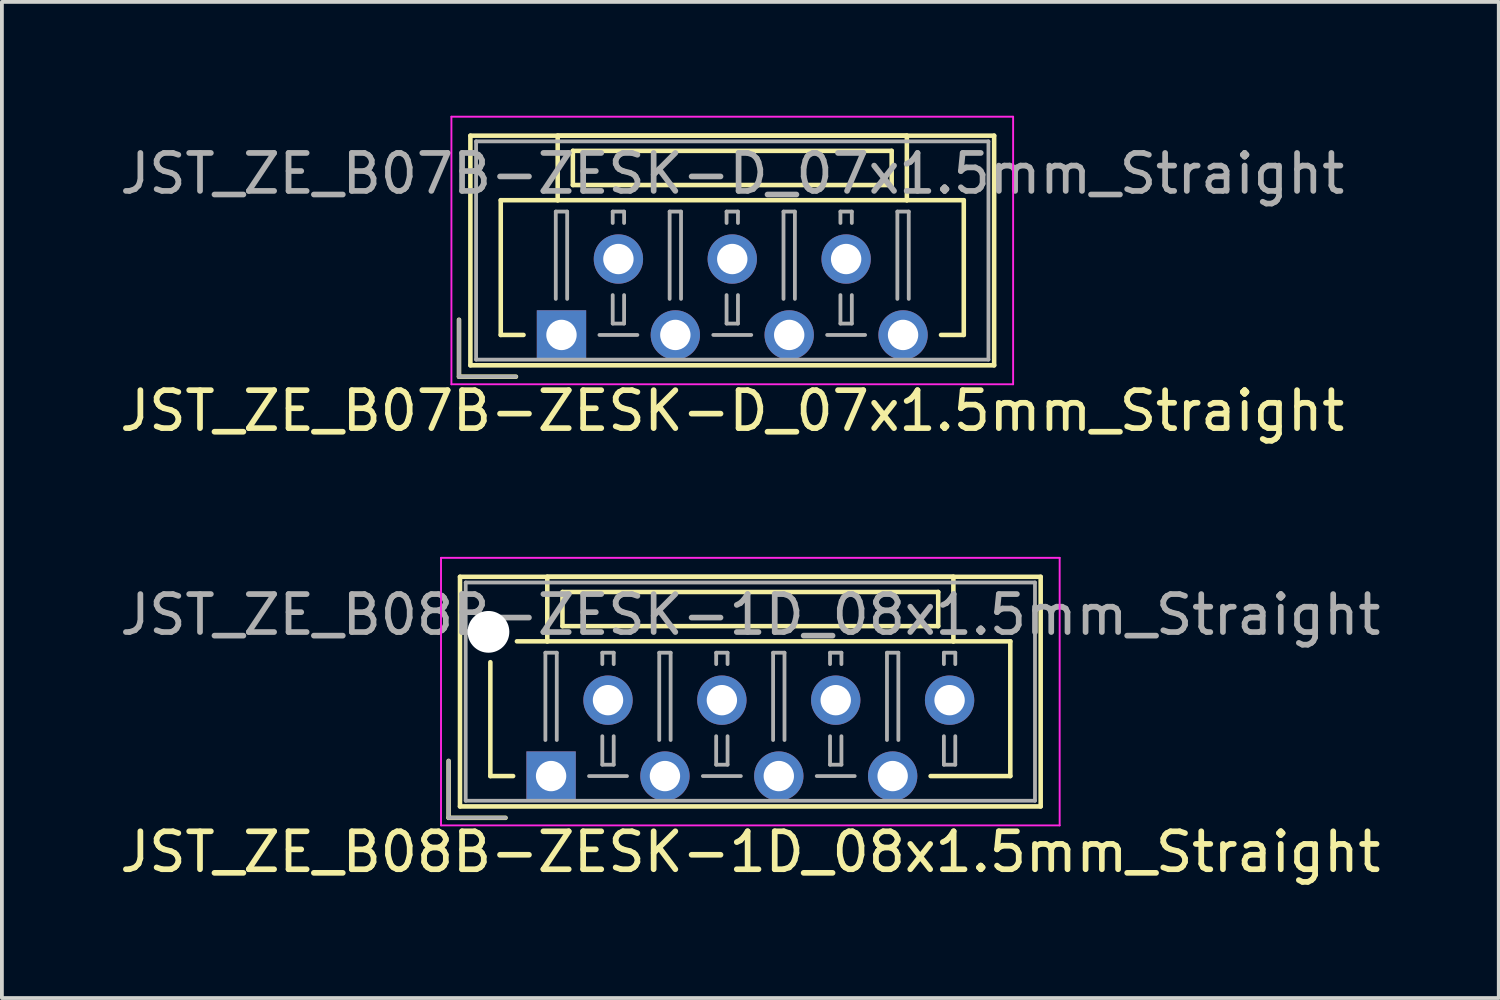
<source format=kicad_pcb>
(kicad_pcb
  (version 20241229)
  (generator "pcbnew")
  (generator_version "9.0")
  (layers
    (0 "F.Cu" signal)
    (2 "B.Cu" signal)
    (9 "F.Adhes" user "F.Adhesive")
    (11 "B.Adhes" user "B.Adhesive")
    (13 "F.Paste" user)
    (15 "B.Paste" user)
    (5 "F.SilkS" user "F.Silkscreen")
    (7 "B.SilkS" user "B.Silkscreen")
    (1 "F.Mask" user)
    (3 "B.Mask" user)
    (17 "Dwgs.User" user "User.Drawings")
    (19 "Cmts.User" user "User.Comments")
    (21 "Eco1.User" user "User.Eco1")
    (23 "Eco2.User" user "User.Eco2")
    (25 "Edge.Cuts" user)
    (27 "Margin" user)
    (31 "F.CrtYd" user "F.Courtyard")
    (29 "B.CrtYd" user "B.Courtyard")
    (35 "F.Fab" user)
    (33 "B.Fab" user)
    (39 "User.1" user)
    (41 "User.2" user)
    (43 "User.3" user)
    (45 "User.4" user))
  (footprint "JST_ZE_B08B-ZESK-1D_08x1.5mm_Straight"
    (layer "F.Cu")
    (at 11.47 17.398)
    (property "Reference" "JST_ZE_B08B-ZESK-1D_08x1.5mm_Straight" (at 5.25 2 0) (layer "F.SilkS") (effects (font (size 1 1) (thickness 0.15))))
    (attr through_hole)
    (fp_line (start -2.7 -0.4) (end -2.7 1.1) (stroke (width 0.12) (type solid)) (layer "F.SilkS"))
    (fp_line (start -2.7 1.1) (end -1.2 1.1) (stroke (width 0.12) (type solid)) (layer "F.SilkS"))
    (fp_line (start -2.4 -5.25) (end -2.4 0.8) (stroke (width 0.12) (type solid)) (layer "F.SilkS"))
    (fp_line (start -2.4 0.8) (end 12.9 0.8) (stroke (width 0.12) (type solid)) (layer "F.SilkS"))
    (fp_line (start -1.6 -3) (end -1.6 0) (stroke (width 0.12) (type solid)) (layer "F.SilkS"))
    (fp_line (start -1.6 0) (end -1 0) (stroke (width 0.12) (type solid)) (layer "F.SilkS"))
    (fp_line (start -0.1 -5.25) (end -0.1 -3.55) (stroke (width 0.12) (type solid)) (layer "F.SilkS"))
    (fp_line (start -0.1 -3.55) (end -0.9 -3.55) (stroke (width 0.12) (type solid)) (layer "F.SilkS"))
    (fp_line (start -0.1 -3.55) (end 10.6 -3.55) (stroke (width 0.12) (type solid)) (layer "F.SilkS"))
    (fp_line (start 0.3 -4.85) (end 0.3 -3.95) (stroke (width 0.12) (type solid)) (layer "F.SilkS"))
    (fp_line (start 0.3 -3.95) (end 10.2 -3.95) (stroke (width 0.12) (type solid)) (layer "F.SilkS"))
    (fp_line (start 10.2 -4.85) (end 0.3 -4.85) (stroke (width 0.12) (type solid)) (layer "F.SilkS"))
    (fp_line (start 10.2 -3.95) (end 10.2 -4.85) (stroke (width 0.12) (type solid)) (layer "F.SilkS"))
    (fp_line (start 10.6 -5.25) (end -0.1 -5.25) (stroke (width 0.12) (type solid)) (layer "F.SilkS"))
    (fp_line (start 10.6 -3.55) (end 10.6 -5.25) (stroke (width 0.12) (type solid)) (layer "F.SilkS"))
    (fp_line (start 10.6 -3.55) (end 12.1 -3.55) (stroke (width 0.12) (type solid)) (layer "F.SilkS"))
    (fp_line (start 12.1 -3.55) (end 12.1 0) (stroke (width 0.12) (type solid)) (layer "F.SilkS"))
    (fp_line (start 12.1 0) (end 10 0) (stroke (width 0.12) (type solid)) (layer "F.SilkS"))
    (fp_line (start 12.9 -5.25) (end -2.4 -5.25) (stroke (width 0.12) (type solid)) (layer "F.SilkS"))
    (fp_line (start 12.9 0.8) (end 12.9 -5.25) (stroke (width 0.12) (type solid)) (layer "F.SilkS"))
    (fp_line (start -2.9 -5.75) (end -2.9 1.3) (stroke (width 0.05) (type solid)) (layer "F.CrtYd"))
    (fp_line (start -2.9 1.3) (end 13.4 1.3) (stroke (width 0.05) (type solid)) (layer "F.CrtYd"))
    (fp_line (start 13.4 -5.75) (end -2.9 -5.75) (stroke (width 0.05) (type solid)) (layer "F.CrtYd"))
    (fp_line (start 13.4 1.3) (end 13.4 -5.75) (stroke (width 0.05) (type solid)) (layer "F.CrtYd"))
    (fp_line (start -2.7 -0.4) (end -2.7 1.1) (stroke (width 0.1) (type solid)) (layer "F.Fab"))
    (fp_line (start -2.7 1.1) (end -1.2 1.1) (stroke (width 0.1) (type solid)) (layer "F.Fab"))
    (fp_line (start -2.25 -5.1) (end -2.25 0.65) (stroke (width 0.1) (type solid)) (layer "F.Fab"))
    (fp_line (start -2.25 0.65) (end 12.75 0.65) (stroke (width 0.1) (type solid)) (layer "F.Fab"))
    (fp_line (start -0.15 -3.25) (end 0.15 -3.25) (stroke (width 0.1) (type solid)) (layer "F.Fab"))
    (fp_line (start -0.15 -0.95) (end -0.15 -3.25) (stroke (width 0.1) (type solid)) (layer "F.Fab"))
    (fp_line (start 0.15 -3.25) (end 0.15 -0.95) (stroke (width 0.1) (type solid)) (layer "F.Fab"))
    (fp_line (start 1 0) (end 2 0) (stroke (width 0.1) (type solid)) (layer "F.Fab"))
    (fp_line (start 1.35 -3.25) (end 1.65 -3.25) (stroke (width 0.1) (type solid)) (layer "F.Fab"))
    (fp_line (start 1.35 -2.95) (end 1.35 -3.25) (stroke (width 0.1) (type solid)) (layer "F.Fab"))
    (fp_line (start 1.35 -1.05) (end 1.35 -0.3) (stroke (width 0.1) (type solid)) (layer "F.Fab"))
    (fp_line (start 1.35 -0.3) (end 1.65 -0.3) (stroke (width 0.1) (type solid)) (layer "F.Fab"))
    (fp_line (start 1.65 -3.25) (end 1.65 -2.95) (stroke (width 0.1) (type solid)) (layer "F.Fab"))
    (fp_line (start 1.65 -0.3) (end 1.65 -1.05) (stroke (width 0.1) (type solid)) (layer "F.Fab"))
    (fp_line (start 2.85 -3.25) (end 3.15 -3.25) (stroke (width 0.1) (type solid)) (layer "F.Fab"))
    (fp_line (start 2.85 -0.95) (end 2.85 -3.25) (stroke (width 0.1) (type solid)) (layer "F.Fab"))
    (fp_line (start 3.15 -3.25) (end 3.15 -0.95) (stroke (width 0.1) (type solid)) (layer "F.Fab"))
    (fp_line (start 4 0) (end 5 0) (stroke (width 0.1) (type solid)) (layer "F.Fab"))
    (fp_line (start 4.35 -3.25) (end 4.65 -3.25) (stroke (width 0.1) (type solid)) (layer "F.Fab"))
    (fp_line (start 4.35 -2.95) (end 4.35 -3.25) (stroke (width 0.1) (type solid)) (layer "F.Fab"))
    (fp_line (start 4.35 -1.05) (end 4.35 -0.3) (stroke (width 0.1) (type solid)) (layer "F.Fab"))
    (fp_line (start 4.35 -0.3) (end 4.65 -0.3) (stroke (width 0.1) (type solid)) (layer "F.Fab"))
    (fp_line (start 4.65 -3.25) (end 4.65 -2.95) (stroke (width 0.1) (type solid)) (layer "F.Fab"))
    (fp_line (start 4.65 -0.3) (end 4.65 -1.05) (stroke (width 0.1) (type solid)) (layer "F.Fab"))
    (fp_line (start 5.85 -3.25) (end 6.15 -3.25) (stroke (width 0.1) (type solid)) (layer "F.Fab"))
    (fp_line (start 5.85 -0.95) (end 5.85 -3.25) (stroke (width 0.1) (type solid)) (layer "F.Fab"))
    (fp_line (start 6.15 -3.25) (end 6.15 -0.95) (stroke (width 0.1) (type solid)) (layer "F.Fab"))
    (fp_line (start 7 0) (end 8 0) (stroke (width 0.1) (type solid)) (layer "F.Fab"))
    (fp_line (start 7.35 -3.25) (end 7.65 -3.25) (stroke (width 0.1) (type solid)) (layer "F.Fab"))
    (fp_line (start 7.35 -2.95) (end 7.35 -3.25) (stroke (width 0.1) (type solid)) (layer "F.Fab"))
    (fp_line (start 7.35 -1.05) (end 7.35 -0.3) (stroke (width 0.1) (type solid)) (layer "F.Fab"))
    (fp_line (start 7.35 -0.3) (end 7.65 -0.3) (stroke (width 0.1) (type solid)) (layer "F.Fab"))
    (fp_line (start 7.65 -3.25) (end 7.65 -2.95) (stroke (width 0.1) (type solid)) (layer "F.Fab"))
    (fp_line (start 7.65 -0.3) (end 7.65 -1.05) (stroke (width 0.1) (type solid)) (layer "F.Fab"))
    (fp_line (start 8.85 -3.25) (end 9.15 -3.25) (stroke (width 0.1) (type solid)) (layer "F.Fab"))
    (fp_line (start 8.85 -0.95) (end 8.85 -3.25) (stroke (width 0.1) (type solid)) (layer "F.Fab"))
    (fp_line (start 9.15 -3.25) (end 9.15 -0.95) (stroke (width 0.1) (type solid)) (layer "F.Fab"))
    (fp_line (start 10.35 -3.25) (end 10.65 -3.25) (stroke (width 0.1) (type solid)) (layer "F.Fab"))
    (fp_line (start 10.35 -2.95) (end 10.35 -3.25) (stroke (width 0.1) (type solid)) (layer "F.Fab"))
    (fp_line (start 10.35 -1.05) (end 10.35 -0.3) (stroke (width 0.1) (type solid)) (layer "F.Fab"))
    (fp_line (start 10.35 -0.3) (end 10.65 -0.3) (stroke (width 0.1) (type solid)) (layer "F.Fab"))
    (fp_line (start 10.65 -3.25) (end 10.65 -2.95) (stroke (width 0.1) (type solid)) (layer "F.Fab"))
    (fp_line (start 10.65 -0.3) (end 10.65 -1.05) (stroke (width 0.1) (type solid)) (layer "F.Fab"))
    (fp_line (start 12.75 -5.1) (end -2.25 -5.1) (stroke (width 0.1) (type solid)) (layer "F.Fab"))
    (fp_line (start 12.75 0.65) (end 12.75 -5.1) (stroke (width 0.1) (type solid)) (layer "F.Fab"))
    (fp_text user "${REFERENCE}" (at 5.25 -4.25 0) (layer "F.Fab") (effects (font (size 1 1) (thickness 0.15))))
    (pad "" np_thru_hole circle (at -1.65 -3.8) (size 1.1 1.1) (drill 1.1) (layers "*.Cu"))
    (pad "1" thru_hole rect (at 0 0) (size 1.3 1.3) (drill 0.8) (layers "*.Cu" "*.Mask"))
    (pad "2" thru_hole circle (at 1.5 -2) (size 1.3 1.3) (drill 0.8) (layers "*.Cu" "*.Mask"))
    (pad "3" thru_hole circle (at 3 0) (size 1.3 1.3) (drill 0.8) (layers "*.Cu" "*.Mask"))
    (pad "4" thru_hole circle (at 4.5 -2) (size 1.3 1.3) (drill 0.8) (layers "*.Cu" "*.Mask"))
    (pad "5" thru_hole circle (at 6 0) (size 1.3 1.3) (drill 0.8) (layers "*.Cu" "*.Mask"))
    (pad "6" thru_hole circle (at 7.5 -2) (size 1.3 1.3) (drill 0.8) (layers "*.Cu" "*.Mask"))
    (pad "7" thru_hole circle (at 9 0) (size 1.3 1.3) (drill 0.8) (layers "*.Cu" "*.Mask"))
    (pad "8" thru_hole circle (at 10.5 -2) (size 1.3 1.3) (drill 0.8) (layers "*.Cu" "*.Mask")))
  (footprint "JST_ZE_B07B-ZESK-D_07x1.5mm_Straight"
    (layer "F.Cu")
    (at 11.744 5.775)
    (property "Reference" "JST_ZE_B07B-ZESK-D_07x1.5mm_Straight" (at 4.5 2 0) (layer "F.SilkS") (effects (font (size 1 1) (thickness 0.15))))
    (attr through_hole)
    (fp_line (start -2.7 -0.4) (end -2.7 1.1) (stroke (width 0.12) (type solid)) (layer "F.SilkS"))
    (fp_line (start -2.7 1.1) (end -1.2 1.1) (stroke (width 0.12) (type solid)) (layer "F.SilkS"))
    (fp_line (start -2.4 -5.25) (end -2.4 0.8) (stroke (width 0.12) (type solid)) (layer "F.SilkS"))
    (fp_line (start -2.4 0.8) (end 11.4 0.8) (stroke (width 0.12) (type solid)) (layer "F.SilkS"))
    (fp_line (start -1.6 -3.55) (end -1.6 0) (stroke (width 0.12) (type solid)) (layer "F.SilkS"))
    (fp_line (start -1.6 0) (end -1 0) (stroke (width 0.12) (type solid)) (layer "F.SilkS"))
    (fp_line (start -0.1 -5.25) (end -0.1 -3.55) (stroke (width 0.12) (type solid)) (layer "F.SilkS"))
    (fp_line (start -0.1 -3.55) (end -1.6 -3.55) (stroke (width 0.12) (type solid)) (layer "F.SilkS"))
    (fp_line (start -0.1 -3.55) (end 9.1 -3.55) (stroke (width 0.12) (type solid)) (layer "F.SilkS"))
    (fp_line (start 0.3 -4.85) (end 0.3 -3.95) (stroke (width 0.12) (type solid)) (layer "F.SilkS"))
    (fp_line (start 0.3 -3.95) (end 8.7 -3.95) (stroke (width 0.12) (type solid)) (layer "F.SilkS"))
    (fp_line (start 8.7 -4.85) (end 0.3 -4.85) (stroke (width 0.12) (type solid)) (layer "F.SilkS"))
    (fp_line (start 8.7 -3.95) (end 8.7 -4.85) (stroke (width 0.12) (type solid)) (layer "F.SilkS"))
    (fp_line (start 9.1 -5.25) (end -0.1 -5.25) (stroke (width 0.12) (type solid)) (layer "F.SilkS"))
    (fp_line (start 9.1 -3.55) (end 9.1 -5.25) (stroke (width 0.12) (type solid)) (layer "F.SilkS"))
    (fp_line (start 9.1 -3.55) (end 10.6 -3.55) (stroke (width 0.12) (type solid)) (layer "F.SilkS"))
    (fp_line (start 10.6 -3.55) (end 10.6 0) (stroke (width 0.12) (type solid)) (layer "F.SilkS"))
    (fp_line (start 10.6 0) (end 10 0) (stroke (width 0.12) (type solid)) (layer "F.SilkS"))
    (fp_line (start 11.4 -5.25) (end -2.4 -5.25) (stroke (width 0.12) (type solid)) (layer "F.SilkS"))
    (fp_line (start 11.4 0.8) (end 11.4 -5.25) (stroke (width 0.12) (type solid)) (layer "F.SilkS"))
    (fp_line (start -2.9 -5.75) (end -2.9 1.3) (stroke (width 0.05) (type solid)) (layer "F.CrtYd"))
    (fp_line (start -2.9 1.3) (end 11.9 1.3) (stroke (width 0.05) (type solid)) (layer "F.CrtYd"))
    (fp_line (start 11.9 -5.75) (end -2.9 -5.75) (stroke (width 0.05) (type solid)) (layer "F.CrtYd"))
    (fp_line (start 11.9 1.3) (end 11.9 -5.75) (stroke (width 0.05) (type solid)) (layer "F.CrtYd"))
    (fp_line (start -2.7 -0.4) (end -2.7 1.1) (stroke (width 0.1) (type solid)) (layer "F.Fab"))
    (fp_line (start -2.7 1.1) (end -1.2 1.1) (stroke (width 0.1) (type solid)) (layer "F.Fab"))
    (fp_line (start -2.25 -5.1) (end -2.25 0.65) (stroke (width 0.1) (type solid)) (layer "F.Fab"))
    (fp_line (start -2.25 0.65) (end 11.25 0.65) (stroke (width 0.1) (type solid)) (layer "F.Fab"))
    (fp_line (start -0.15 -3.25) (end 0.15 -3.25) (stroke (width 0.1) (type solid)) (layer "F.Fab"))
    (fp_line (start -0.15 -0.95) (end -0.15 -3.25) (stroke (width 0.1) (type solid)) (layer "F.Fab"))
    (fp_line (start 0.15 -3.25) (end 0.15 -0.95) (stroke (width 0.1) (type solid)) (layer "F.Fab"))
    (fp_line (start 1 0) (end 2 0) (stroke (width 0.1) (type solid)) (layer "F.Fab"))
    (fp_line (start 1.35 -3.25) (end 1.65 -3.25) (stroke (width 0.1) (type solid)) (layer "F.Fab"))
    (fp_line (start 1.35 -2.95) (end 1.35 -3.25) (stroke (width 0.1) (type solid)) (layer "F.Fab"))
    (fp_line (start 1.35 -1.05) (end 1.35 -0.3) (stroke (width 0.1) (type solid)) (layer "F.Fab"))
    (fp_line (start 1.35 -0.3) (end 1.65 -0.3) (stroke (width 0.1) (type solid)) (layer "F.Fab"))
    (fp_line (start 1.65 -3.25) (end 1.65 -2.95) (stroke (width 0.1) (type solid)) (layer "F.Fab"))
    (fp_line (start 1.65 -0.3) (end 1.65 -1.05) (stroke (width 0.1) (type solid)) (layer "F.Fab"))
    (fp_line (start 2.85 -3.25) (end 3.15 -3.25) (stroke (width 0.1) (type solid)) (layer "F.Fab"))
    (fp_line (start 2.85 -0.95) (end 2.85 -3.25) (stroke (width 0.1) (type solid)) (layer "F.Fab"))
    (fp_line (start 3.15 -3.25) (end 3.15 -0.95) (stroke (width 0.1) (type solid)) (layer "F.Fab"))
    (fp_line (start 4 0) (end 5 0) (stroke (width 0.1) (type solid)) (layer "F.Fab"))
    (fp_line (start 4.35 -3.25) (end 4.65 -3.25) (stroke (width 0.1) (type solid)) (layer "F.Fab"))
    (fp_line (start 4.35 -2.95) (end 4.35 -3.25) (stroke (width 0.1) (type solid)) (layer "F.Fab"))
    (fp_line (start 4.35 -1.05) (end 4.35 -0.3) (stroke (width 0.1) (type solid)) (layer "F.Fab"))
    (fp_line (start 4.35 -0.3) (end 4.65 -0.3) (stroke (width 0.1) (type solid)) (layer "F.Fab"))
    (fp_line (start 4.65 -3.25) (end 4.65 -2.95) (stroke (width 0.1) (type solid)) (layer "F.Fab"))
    (fp_line (start 4.65 -0.3) (end 4.65 -1.05) (stroke (width 0.1) (type solid)) (layer "F.Fab"))
    (fp_line (start 5.85 -3.25) (end 6.15 -3.25) (stroke (width 0.1) (type solid)) (layer "F.Fab"))
    (fp_line (start 5.85 -0.95) (end 5.85 -3.25) (stroke (width 0.1) (type solid)) (layer "F.Fab"))
    (fp_line (start 6.15 -3.25) (end 6.15 -0.95) (stroke (width 0.1) (type solid)) (layer "F.Fab"))
    (fp_line (start 7 0) (end 8 0) (stroke (width 0.1) (type solid)) (layer "F.Fab"))
    (fp_line (start 7.35 -3.25) (end 7.65 -3.25) (stroke (width 0.1) (type solid)) (layer "F.Fab"))
    (fp_line (start 7.35 -2.95) (end 7.35 -3.25) (stroke (width 0.1) (type solid)) (layer "F.Fab"))
    (fp_line (start 7.35 -1.05) (end 7.35 -0.3) (stroke (width 0.1) (type solid)) (layer "F.Fab"))
    (fp_line (start 7.35 -0.3) (end 7.65 -0.3) (stroke (width 0.1) (type solid)) (layer "F.Fab"))
    (fp_line (start 7.65 -3.25) (end 7.65 -2.95) (stroke (width 0.1) (type solid)) (layer "F.Fab"))
    (fp_line (start 7.65 -0.3) (end 7.65 -1.05) (stroke (width 0.1) (type solid)) (layer "F.Fab"))
    (fp_line (start 8.85 -3.25) (end 9.15 -3.25) (stroke (width 0.1) (type solid)) (layer "F.Fab"))
    (fp_line (start 8.85 -0.95) (end 8.85 -3.25) (stroke (width 0.1) (type solid)) (layer "F.Fab"))
    (fp_line (start 9.15 -3.25) (end 9.15 -0.95) (stroke (width 0.1) (type solid)) (layer "F.Fab"))
    (fp_line (start 11.25 -5.1) (end -2.25 -5.1) (stroke (width 0.1) (type solid)) (layer "F.Fab"))
    (fp_line (start 11.25 0.65) (end 11.25 -5.1) (stroke (width 0.1) (type solid)) (layer "F.Fab"))
    (fp_text user "${REFERENCE}" (at 4.5 -4.25 0) (layer "F.Fab") (effects (font (size 1 1) (thickness 0.15))))
    (pad "1" thru_hole rect (at 0 0) (size 1.3 1.3) (drill 0.8) (layers "*.Cu" "*.Mask"))
    (pad "2" thru_hole circle (at 1.5 -2) (size 1.3 1.3) (drill 0.8) (layers "*.Cu" "*.Mask"))
    (pad "3" thru_hole circle (at 3 0) (size 1.3 1.3) (drill 0.8) (layers "*.Cu" "*.Mask"))
    (pad "4" thru_hole circle (at 4.5 -2) (size 1.3 1.3) (drill 0.8) (layers "*.Cu" "*.Mask"))
    (pad "5" thru_hole circle (at 6 0) (size 1.3 1.3) (drill 0.8) (layers "*.Cu" "*.Mask"))
    (pad "6" thru_hole circle (at 7.5 -2) (size 1.3 1.3) (drill 0.8) (layers "*.Cu" "*.Mask"))
    (pad "7" thru_hole circle (at 9 0) (size 1.3 1.3) (drill 0.8) (layers "*.Cu" "*.Mask")))
  (gr_rect
    (start -3 -3)
    (end 36.44 23.247)
    (stroke (width 0.1) (type default))
    (fill no)
    (layer "Edge.Cuts")))
</source>
